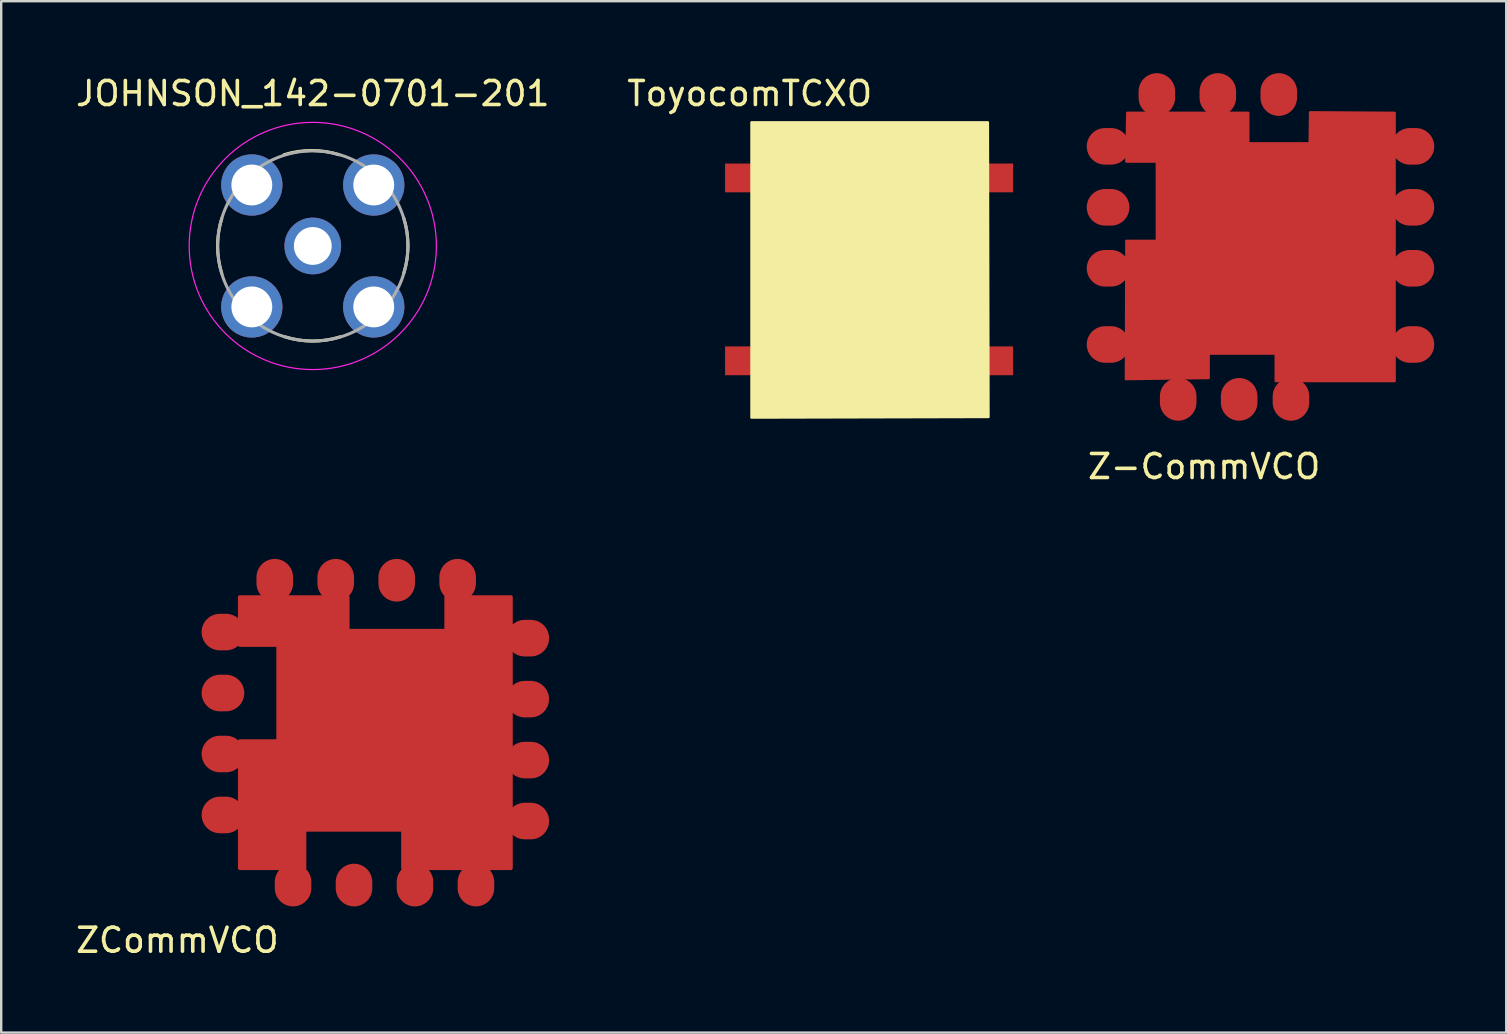
<source format=kicad_pcb>
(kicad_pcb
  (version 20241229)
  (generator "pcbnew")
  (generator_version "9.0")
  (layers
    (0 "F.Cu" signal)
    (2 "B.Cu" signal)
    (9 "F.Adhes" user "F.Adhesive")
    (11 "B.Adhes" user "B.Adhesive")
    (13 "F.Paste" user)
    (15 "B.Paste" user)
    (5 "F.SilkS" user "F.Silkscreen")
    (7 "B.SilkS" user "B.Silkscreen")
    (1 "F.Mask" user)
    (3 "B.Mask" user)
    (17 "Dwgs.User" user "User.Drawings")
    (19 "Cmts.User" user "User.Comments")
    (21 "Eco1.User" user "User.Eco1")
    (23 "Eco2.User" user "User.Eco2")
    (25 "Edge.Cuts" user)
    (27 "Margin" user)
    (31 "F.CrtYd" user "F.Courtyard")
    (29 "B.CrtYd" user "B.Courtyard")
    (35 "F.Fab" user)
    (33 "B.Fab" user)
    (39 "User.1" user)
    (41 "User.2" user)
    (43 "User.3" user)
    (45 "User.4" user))
  (footprint "Z-CommVCO"
    (layer "F.Cu")
    (at 43.118 13.589)
    (property "Reference" "Z-CommVCO" (at 4 2.8 0) (layer "F.SilkS") (effects (font (size 1 1) (thickness 0.15))))
    (attr through_hole)
    (fp_poly (pts (xy 11.938 -0.762) (xy 6.985 -0.762) (xy 6.985 -1.905) (xy 4.191 -1.905) (xy 4.191 -0.889) (xy 0.743 -0.845) (xy 0.762 -6.604) (xy 2.032 -6.604) (xy 2.032 -9.906) (xy 0.762 -9.906) (xy 0.8 -11.938) (xy 5.842 -11.938) (xy 5.842 -10.668) (xy 8.4 -10.668) (xy 8.416 -11.96) (xy 11.938 -11.938)) (stroke (width 0.1) (type solid)) (fill yes) (layer "F.Cu"))
    (pad "1" smd oval (at 5.461 0) (size 1.524 1.778) (layers "F.Cu" "F.Mask" "F.Paste"))
    (pad "2" smd oval (at 7.112 -12.7) (size 1.524 1.778) (layers "F.Cu" "F.Mask" "F.Paste"))
    (pad "3" smd oval (at 0 -8.001 90) (size 1.524 1.778) (layers "F.Cu" "F.Mask" "F.Paste"))
    (pad "4" smd oval (at 0 -10.541 90) (size 1.524 1.778) (layers "F.Cu" "F.Mask" "F.Paste"))
    (pad "4" smd oval (at 0 -5.461 90) (size 1.524 1.778) (layers "F.Cu" "F.Mask" "F.Paste"))
    (pad "4" smd oval (at 0 -2.286 90) (size 1.524 1.778) (layers "F.Cu" "F.Mask" "F.Paste"))
    (pad "4" smd oval (at 2.032 -12.7) (size 1.524 1.778) (layers "F.Cu" "F.Mask" "F.Paste"))
    (pad "4" smd oval (at 2.921 0) (size 1.524 1.778) (layers "F.Cu" "F.Mask" "F.Paste"))
    (pad "4" smd oval (at 4.572 -12.7) (size 1.524 1.778) (layers "F.Cu" "F.Mask" "F.Paste"))
    (pad "4" smd oval (at 7.62 0) (size 1.524 1.778) (layers "F.Cu" "F.Mask" "F.Paste"))
    (pad "4" smd oval (at 12.7 -10.541 270) (size 1.524 1.778) (layers "F.Cu" "F.Mask" "F.Paste"))
    (pad "4" smd oval (at 12.7 -8.001 90) (size 1.524 1.778) (layers "F.Cu" "F.Mask" "F.Paste"))
    (pad "4" smd oval (at 12.7 -5.461 90) (size 1.524 1.778) (layers "F.Cu" "F.Mask" "F.Paste"))
    (pad "4" smd oval (at 12.7 -2.286 90) (size 1.524 1.778) (layers "F.Cu" "F.Mask" "F.Paste")))
  (footprint "ZCommVCO"
    (layer "F.Cu")
    (at 6.239 33.826)
    (property "Reference" "ZCommVCO" (at -1.9 2.3 0) (unlocked yes) (layer "F.SilkS") (effects (font (size 1 1) (thickness 0.15))))
    (attr smd)
    (pad "1" smd oval (at 5.461 0) (size 1.524 1.778) (layers "F.Cu" "F.Mask" "F.Paste"))
    (pad "2" smd oval (at 7.239 -12.7) (size 1.524 1.778) (layers "F.Cu" "F.Mask" "F.Paste"))
    (pad "3" smd oval (at 0 -8.001 90) (size 1.524 1.778) (layers "F.Cu" "F.Mask" "F.Paste"))
    (pad "4" smd oval (at 0 -10.541 90) (size 1.524 1.778) (layers "F.Cu" "F.Mask" "F.Paste"))
    (pad "4" smd oval (at 0 -5.461 90) (size 1.524 1.778) (layers "F.Cu" "F.Mask" "F.Paste"))
    (pad "4" smd oval (at 0 -2.921 90) (size 1.524 1.778) (layers "F.Cu" "F.Mask" "F.Paste"))
    (pad "4" smd oval (at 2.159 -12.7 180) (size 1.524 1.778) (layers "F.Cu" "F.Mask" "F.Paste"))
    (pad "4" smd oval (at 2.921 0 180) (size 1.524 1.778) (layers "F.Cu" "F.Mask" "F.Paste"))
    (pad "4" smd oval (at 4.699 -12.7 180) (size 1.524 1.778) (layers "F.Cu" "F.Mask" "F.Paste"))
    (pad "4" smd oval (at 8.001 0 180) (size 1.524 1.778) (layers "F.Cu" "F.Mask" "F.Paste"))
    (pad "4" smd oval (at 9.779 -12.7 180) (size 1.524 1.778) (layers "F.Cu" "F.Mask" "F.Paste"))
    (pad "4" smd oval (at 10.541 0 180) (size 1.524 1.778) (layers "F.Cu" "F.Mask" "F.Paste"))
    (pad "4" smd oval (at 12.7 -10.287 90) (size 1.524 1.778) (layers "F.Cu" "F.Mask" "F.Paste"))
    (pad "4" smd custom (at 12.7 -7.747 90) (size 1.524 1.524) (layers "F.Cu" "F.Mask" "F.Paste") (options (anchor circle)) (primitives (gr_poly (pts (xy -1.747 -10.4) (xy 2.253 -10.4) (xy 2.253 -12) (xy 4.253 -12) (xy 4.253 -7.5) (xy 2.853 -7.5) (xy 2.853 -3.4) (xy 4.253 -3.4) (xy 4.253 -0.7) (xy -7.047 -0.7) (xy -7.047 -5.2) (xy -5.447 -5.2) (xy -5.447 -9.3) (xy -7.047 -9.3) (xy -7.047 -12) (xy -1.747 -12)) (width 0.15) (fill yes)) (gr_poly (pts (xy 0.135 -0.877) (xy 0.304 -0.826) (xy 0.456 -0.737) (xy 0.585 -0.616) (xy 0.681 -0.468) (xy 0.742 -0.302) (xy 0.762 -0.127) (xy 0.762 0.127) (xy 0.756 0.221) (xy 0.714 0.393) (xy 0.634 0.55) (xy 0.52 0.684) (xy 0.378 0.789) (xy 0.215 0.858) (xy 0.041 0.888) (xy -0.135 0.877) (xy -0.304 0.826) (xy -0.456 0.737) (xy -0.585 0.616) (xy -0.681 0.468) (xy -0.742 0.302) (xy -0.762 0.127) (xy -0.762 -0.127) (xy -0.756 -0.221) (xy -0.714 -0.393) (xy -0.634 -0.55) (xy -0.52 -0.684) (xy -0.378 -0.789) (xy -0.215 -0.858) (xy -0.041 -0.888)) (width 0) (fill yes))))
    (pad "4" smd oval (at 12.7 -5.207 90) (size 1.524 1.778) (layers "F.Cu" "F.Mask" "F.Paste"))
    (pad "4" smd oval (at 12.7 -2.667 90) (size 1.524 1.778) (layers "F.Cu" "F.Mask" "F.Paste")))
  (footprint "ToyocomTCXO"
    (layer "F.Cu")
    (at 33.16 8.173)
    (property "Reference" "ToyocomTCXO" (at -4.975 -7.325 0) (layer "F.SilkS") (effects (font (size 1 1) (thickness 0.15))))
    (attr through_hole)
    (fp_poly (pts (xy 4.975 6.15) (xy -4.9 6.175) (xy -4.9 -6.125) (xy 4.95 -6.125)) (stroke (width 0.1) (type solid)) (fill yes) (layer "F.SilkS"))
    (pad "1" smd rect (at 4.65 3.81 270) (size 1.2 2.7) (layers "F.Cu" "F.Mask" "F.Paste"))
    (pad "4" smd rect (at 4.65 -3.81 270) (size 1.2 2.7) (layers "F.Cu" "F.Mask" "F.Paste"))
    (pad "5" smd rect (at -4.65 3.81 270) (size 1.2 2.7) (layers "F.Cu" "F.Mask" "F.Paste"))
    (pad "8" smd rect (at -4.65 -3.81 270) (size 1.2 2.7) (layers "F.Cu" "F.Mask" "F.Paste")))
  (footprint "JOHNSON_142-0701-201"
    (layer "F.Cu")
    (at 9.982 7.198)
    (property "Reference" "JOHNSON_142-0701-201" (at 0 -6.35 0) (layer "F.SilkS") (effects (font (size 1 1) (thickness 0.15))))
    (attr through_hole)
    (fp_arc (start -3.79 1.15) (mid -3.967002 0) (end -3.79 -1.15) (stroke (width 0.127) (type solid)) (layer "F.SilkS"))
    (fp_arc (start -1.2 -3.8) (mid -0.05 -3.977002) (end 1.1 -3.8) (stroke (width 0.127) (type solid)) (layer "F.SilkS"))
    (fp_arc (start 1.145 3.785) (mid -0.005 3.962002) (end -1.155 3.785) (stroke (width 0.127) (type solid)) (layer "F.SilkS"))
    (fp_arc (start 3.79 -1.165) (mid 3.967002 -0.015) (end 3.79 1.135) (stroke (width 0.127) (type solid)) (layer "F.SilkS"))
    (fp_circle (center 0 0) (end 5.15 0) (stroke (width 0.05) (type solid)) (fill no) (layer "F.CrtYd"))
    (fp_circle (center 0 0) (end 3.962 0) (stroke (width 0.127) (type solid)) (fill no) (layer "F.Fab"))
    (pad "1" thru_hole circle (at 0 0) (size 2.362 2.362) (drill 1.575) (layers "*.Cu" "*.Mask"))
    (pad "2" thru_hole circle (at -2.54 -2.54) (size 2.553 2.553) (drill 1.702) (layers "*.Cu" "*.Mask"))
    (pad "3" thru_hole circle (at 2.54 -2.54) (size 2.553 2.553) (drill 1.702) (layers "*.Cu" "*.Mask"))
    (pad "4" thru_hole circle (at 2.54 2.54) (size 2.553 2.553) (drill 1.702) (layers "*.Cu" "*.Mask"))
    (pad "5" thru_hole circle (at -2.54 2.54) (size 2.553 2.553) (drill 1.702) (layers "*.Cu" "*.Mask")))
  (gr_rect
    (start -3 -3)
    (end 59.707 39.974)
    (stroke (width 0.1) (type default))
    (fill no)
    (layer "Edge.Cuts")))
</source>
